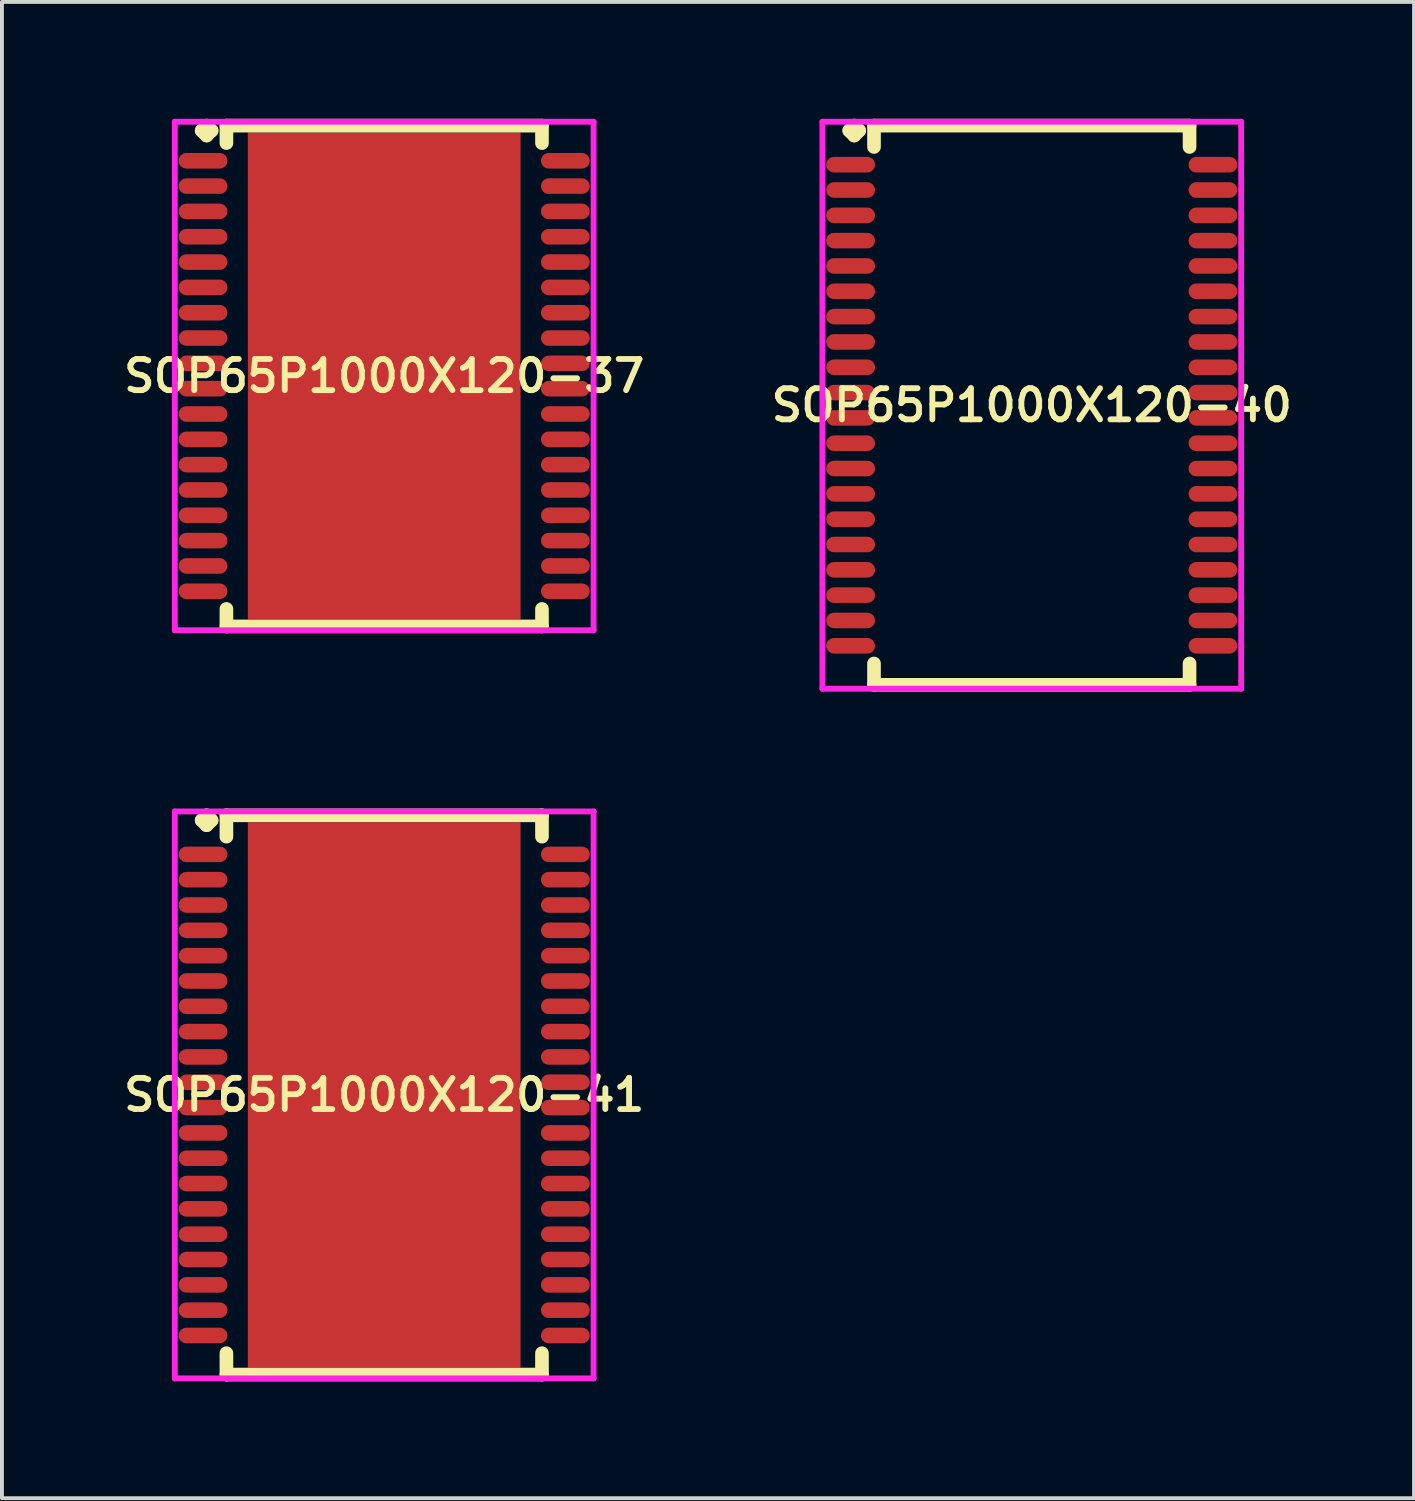
<source format=kicad_pcb>
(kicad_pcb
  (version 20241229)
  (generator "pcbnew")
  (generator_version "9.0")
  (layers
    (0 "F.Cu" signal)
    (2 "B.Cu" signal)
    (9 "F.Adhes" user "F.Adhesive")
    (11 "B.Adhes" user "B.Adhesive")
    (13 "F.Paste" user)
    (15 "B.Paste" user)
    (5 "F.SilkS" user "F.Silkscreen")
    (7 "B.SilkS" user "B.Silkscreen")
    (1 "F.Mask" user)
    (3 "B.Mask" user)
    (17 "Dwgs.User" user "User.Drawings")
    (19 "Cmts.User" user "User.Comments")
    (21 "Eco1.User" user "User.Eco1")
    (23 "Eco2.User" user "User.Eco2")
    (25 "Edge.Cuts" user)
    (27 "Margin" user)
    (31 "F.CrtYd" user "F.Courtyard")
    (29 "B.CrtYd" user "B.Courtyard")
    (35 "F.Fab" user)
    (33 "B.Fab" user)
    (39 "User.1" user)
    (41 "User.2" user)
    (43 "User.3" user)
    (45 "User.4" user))
  (footprint "SOP65P1000X120-37"
    (layer "F.Cu")
    (at 6.812 6.602)
    (property "Reference" "SOP65P1000X120-37" (at 0 0 0) (layer "F.SilkS") (effects (font (size 0.8 0.8) (thickness 0.15))))
    (attr smd)
    (fp_line (start -4.685 -6.3) (end -4.558 -6.427) (stroke (width 0.35) (type solid)) (layer "F.SilkS"))
    (fp_line (start -4.558 -6.427) (end -4.431 -6.3) (stroke (width 0.35) (type solid)) (layer "F.SilkS"))
    (fp_line (start -4.558 -6.173) (end -4.685 -6.3) (stroke (width 0.35) (type solid)) (layer "F.SilkS"))
    (fp_line (start -4.431 -6.3) (end -4.558 -6.173) (stroke (width 0.35) (type solid)) (layer "F.SilkS"))
    (fp_line (start -4.05 -6.427) (end 4.05 -6.427) (stroke (width 0.35) (type solid)) (layer "F.SilkS"))
    (fp_line (start -4.05 -5.979) (end -4.05 -6.427) (stroke (width 0.35) (type solid)) (layer "F.SilkS"))
    (fp_line (start -4.05 5.979) (end -4.05 6.427) (stroke (width 0.35) (type solid)) (layer "F.SilkS"))
    (fp_line (start -4.05 6.427) (end 4.05 6.427) (stroke (width 0.35) (type solid)) (layer "F.SilkS"))
    (fp_line (start 4.05 -6.427) (end 4.05 -5.979) (stroke (width 0.35) (type solid)) (layer "F.SilkS"))
    (fp_line (start 4.05 6.427) (end 4.05 5.979) (stroke (width 0.35) (type solid)) (layer "F.SilkS"))
    (fp_line (start -5.375 -6.527) (end 5.375 -6.527) (stroke (width 0.15) (type solid)) (layer "F.CrtYd"))
    (fp_line (start -5.375 6.527) (end -5.375 -6.527) (stroke (width 0.15) (type solid)) (layer "F.CrtYd"))
    (fp_line (start 5.375 -6.527) (end 5.375 6.527) (stroke (width 0.15) (type solid)) (layer "F.CrtYd"))
    (fp_line (start 5.375 6.527) (end -5.375 6.527) (stroke (width 0.15) (type solid)) (layer "F.CrtYd"))
    (pad "1" smd oval (at -4.65 -5.525) (size 1.25 0.4) (layers "F.Cu" "F.Mask" "F.Paste"))
    (pad "2" smd oval (at -4.65 -4.875) (size 1.25 0.4) (layers "F.Cu" "F.Mask" "F.Paste"))
    (pad "3" smd oval (at -4.65 -4.225) (size 1.25 0.4) (layers "F.Cu" "F.Mask" "F.Paste"))
    (pad "4" smd oval (at -4.65 -3.575) (size 1.25 0.4) (layers "F.Cu" "F.Mask" "F.Paste"))
    (pad "5" smd oval (at -4.65 -2.925) (size 1.25 0.4) (layers "F.Cu" "F.Mask" "F.Paste"))
    (pad "6" smd oval (at -4.65 -2.275) (size 1.25 0.4) (layers "F.Cu" "F.Mask" "F.Paste"))
    (pad "7" smd oval (at -4.65 -1.625) (size 1.25 0.4) (layers "F.Cu" "F.Mask" "F.Paste"))
    (pad "8" smd oval (at -4.65 -0.975) (size 1.25 0.4) (layers "F.Cu" "F.Mask" "F.Paste"))
    (pad "9" smd oval (at -4.65 -0.325) (size 1.25 0.4) (layers "F.Cu" "F.Mask" "F.Paste"))
    (pad "10" smd oval (at -4.65 0.325) (size 1.25 0.4) (layers "F.Cu" "F.Mask" "F.Paste"))
    (pad "11" smd oval (at -4.65 0.975) (size 1.25 0.4) (layers "F.Cu" "F.Mask" "F.Paste"))
    (pad "12" smd oval (at -4.65 1.625) (size 1.25 0.4) (layers "F.Cu" "F.Mask" "F.Paste"))
    (pad "13" smd oval (at -4.65 2.275) (size 1.25 0.4) (layers "F.Cu" "F.Mask" "F.Paste"))
    (pad "14" smd oval (at -4.65 2.925) (size 1.25 0.4) (layers "F.Cu" "F.Mask" "F.Paste"))
    (pad "15" smd oval (at -4.65 3.575) (size 1.25 0.4) (layers "F.Cu" "F.Mask" "F.Paste"))
    (pad "16" smd oval (at -4.65 4.225) (size 1.25 0.4) (layers "F.Cu" "F.Mask" "F.Paste"))
    (pad "17" smd oval (at -4.65 4.875) (size 1.25 0.4) (layers "F.Cu" "F.Mask" "F.Paste"))
    (pad "18" smd oval (at -4.65 5.525) (size 1.25 0.4) (layers "F.Cu" "F.Mask" "F.Paste"))
    (pad "19" smd oval (at 4.65 5.525) (size 1.25 0.4) (layers "F.Cu" "F.Mask" "F.Paste"))
    (pad "20" smd oval (at 4.65 4.875) (size 1.25 0.4) (layers "F.Cu" "F.Mask" "F.Paste"))
    (pad "21" smd oval (at 4.65 4.225) (size 1.25 0.4) (layers "F.Cu" "F.Mask" "F.Paste"))
    (pad "22" smd oval (at 4.65 3.575) (size 1.25 0.4) (layers "F.Cu" "F.Mask" "F.Paste"))
    (pad "23" smd oval (at 4.65 2.925) (size 1.25 0.4) (layers "F.Cu" "F.Mask" "F.Paste"))
    (pad "24" smd oval (at 4.65 2.275) (size 1.25 0.4) (layers "F.Cu" "F.Mask" "F.Paste"))
    (pad "25" smd oval (at 4.65 1.625) (size 1.25 0.4) (layers "F.Cu" "F.Mask" "F.Paste"))
    (pad "26" smd oval (at 4.65 0.975) (size 1.25 0.4) (layers "F.Cu" "F.Mask" "F.Paste"))
    (pad "27" smd oval (at 4.65 0.325) (size 1.25 0.4) (layers "F.Cu" "F.Mask" "F.Paste"))
    (pad "28" smd oval (at 4.65 -0.325) (size 1.25 0.4) (layers "F.Cu" "F.Mask" "F.Paste"))
    (pad "29" smd oval (at 4.65 -0.975) (size 1.25 0.4) (layers "F.Cu" "F.Mask" "F.Paste"))
    (pad "30" smd oval (at 4.65 -1.625) (size 1.25 0.4) (layers "F.Cu" "F.Mask" "F.Paste"))
    (pad "31" smd oval (at 4.65 -2.275) (size 1.25 0.4) (layers "F.Cu" "F.Mask" "F.Paste"))
    (pad "32" smd oval (at 4.65 -2.925) (size 1.25 0.4) (layers "F.Cu" "F.Mask" "F.Paste"))
    (pad "33" smd oval (at 4.65 -3.575) (size 1.25 0.4) (layers "F.Cu" "F.Mask" "F.Paste"))
    (pad "34" smd oval (at 4.65 -4.225) (size 1.25 0.4) (layers "F.Cu" "F.Mask" "F.Paste"))
    (pad "35" smd oval (at 4.65 -4.875) (size 1.25 0.4) (layers "F.Cu" "F.Mask" "F.Paste"))
    (pad "36" smd oval (at 4.65 -5.525) (size 1.25 0.4) (layers "F.Cu" "F.Mask" "F.Paste"))
    (pad "37" smd rect (at 0 0) (size 7 12.5) (layers "F.Cu" "F.Mask" "F.Paste")))
  (footprint "SOP65P1000X120-40"
    (layer "F.Cu")
    (at 23.435 7.352)
    (property "Reference" "SOP65P1000X120-40" (at 0 0 0) (layer "F.SilkS") (effects (font (size 0.8 0.8) (thickness 0.15))))
    (attr smd)
    (fp_line (start -4.685 -7.05) (end -4.558 -7.177) (stroke (width 0.35) (type solid)) (layer "F.SilkS"))
    (fp_line (start -4.558 -7.177) (end -4.431 -7.05) (stroke (width 0.35) (type solid)) (layer "F.SilkS"))
    (fp_line (start -4.558 -6.923) (end -4.685 -7.05) (stroke (width 0.35) (type solid)) (layer "F.SilkS"))
    (fp_line (start -4.431 -7.05) (end -4.558 -6.923) (stroke (width 0.35) (type solid)) (layer "F.SilkS"))
    (fp_line (start -4.05 -7.177) (end 4.05 -7.177) (stroke (width 0.35) (type solid)) (layer "F.SilkS"))
    (fp_line (start -4.05 -6.629) (end -4.05 -7.177) (stroke (width 0.35) (type solid)) (layer "F.SilkS"))
    (fp_line (start -4.05 6.629) (end -4.05 7.177) (stroke (width 0.35) (type solid)) (layer "F.SilkS"))
    (fp_line (start -4.05 7.177) (end 4.05 7.177) (stroke (width 0.35) (type solid)) (layer "F.SilkS"))
    (fp_line (start 4.05 -7.177) (end 4.05 -6.629) (stroke (width 0.35) (type solid)) (layer "F.SilkS"))
    (fp_line (start 4.05 7.177) (end 4.05 6.629) (stroke (width 0.35) (type solid)) (layer "F.SilkS"))
    (fp_line (start -5.375 -7.277) (end 5.375 -7.277) (stroke (width 0.15) (type solid)) (layer "F.CrtYd"))
    (fp_line (start -5.375 7.277) (end -5.375 -7.277) (stroke (width 0.15) (type solid)) (layer "F.CrtYd"))
    (fp_line (start 5.375 -7.277) (end 5.375 7.277) (stroke (width 0.15) (type solid)) (layer "F.CrtYd"))
    (fp_line (start 5.375 7.277) (end -5.375 7.277) (stroke (width 0.15) (type solid)) (layer "F.CrtYd"))
    (pad "1" smd oval (at -4.65 -6.175) (size 1.25 0.4) (layers "F.Cu" "F.Mask" "F.Paste"))
    (pad "2" smd oval (at -4.65 -5.525) (size 1.25 0.4) (layers "F.Cu" "F.Mask" "F.Paste"))
    (pad "3" smd oval (at -4.65 -4.875) (size 1.25 0.4) (layers "F.Cu" "F.Mask" "F.Paste"))
    (pad "4" smd oval (at -4.65 -4.225) (size 1.25 0.4) (layers "F.Cu" "F.Mask" "F.Paste"))
    (pad "5" smd oval (at -4.65 -3.575) (size 1.25 0.4) (layers "F.Cu" "F.Mask" "F.Paste"))
    (pad "6" smd oval (at -4.65 -2.925) (size 1.25 0.4) (layers "F.Cu" "F.Mask" "F.Paste"))
    (pad "7" smd oval (at -4.65 -2.275) (size 1.25 0.4) (layers "F.Cu" "F.Mask" "F.Paste"))
    (pad "8" smd oval (at -4.65 -1.625) (size 1.25 0.4) (layers "F.Cu" "F.Mask" "F.Paste"))
    (pad "9" smd oval (at -4.65 -0.975) (size 1.25 0.4) (layers "F.Cu" "F.Mask" "F.Paste"))
    (pad "10" smd oval (at -4.65 -0.325) (size 1.25 0.4) (layers "F.Cu" "F.Mask" "F.Paste"))
    (pad "11" smd oval (at -4.65 0.325) (size 1.25 0.4) (layers "F.Cu" "F.Mask" "F.Paste"))
    (pad "12" smd oval (at -4.65 0.975) (size 1.25 0.4) (layers "F.Cu" "F.Mask" "F.Paste"))
    (pad "13" smd oval (at -4.65 1.625) (size 1.25 0.4) (layers "F.Cu" "F.Mask" "F.Paste"))
    (pad "14" smd oval (at -4.65 2.275) (size 1.25 0.4) (layers "F.Cu" "F.Mask" "F.Paste"))
    (pad "15" smd oval (at -4.65 2.925) (size 1.25 0.4) (layers "F.Cu" "F.Mask" "F.Paste"))
    (pad "16" smd oval (at -4.65 3.575) (size 1.25 0.4) (layers "F.Cu" "F.Mask" "F.Paste"))
    (pad "17" smd oval (at -4.65 4.225) (size 1.25 0.4) (layers "F.Cu" "F.Mask" "F.Paste"))
    (pad "18" smd oval (at -4.65 4.875) (size 1.25 0.4) (layers "F.Cu" "F.Mask" "F.Paste"))
    (pad "19" smd oval (at -4.65 5.525) (size 1.25 0.4) (layers "F.Cu" "F.Mask" "F.Paste"))
    (pad "20" smd oval (at -4.65 6.175) (size 1.25 0.4) (layers "F.Cu" "F.Mask" "F.Paste"))
    (pad "21" smd oval (at 4.65 6.175) (size 1.25 0.4) (layers "F.Cu" "F.Mask" "F.Paste"))
    (pad "22" smd oval (at 4.65 5.525) (size 1.25 0.4) (layers "F.Cu" "F.Mask" "F.Paste"))
    (pad "23" smd oval (at 4.65 4.875) (size 1.25 0.4) (layers "F.Cu" "F.Mask" "F.Paste"))
    (pad "24" smd oval (at 4.65 4.225) (size 1.25 0.4) (layers "F.Cu" "F.Mask" "F.Paste"))
    (pad "25" smd oval (at 4.65 3.575) (size 1.25 0.4) (layers "F.Cu" "F.Mask" "F.Paste"))
    (pad "26" smd oval (at 4.65 2.925) (size 1.25 0.4) (layers "F.Cu" "F.Mask" "F.Paste"))
    (pad "27" smd oval (at 4.65 2.275) (size 1.25 0.4) (layers "F.Cu" "F.Mask" "F.Paste"))
    (pad "28" smd oval (at 4.65 1.625) (size 1.25 0.4) (layers "F.Cu" "F.Mask" "F.Paste"))
    (pad "29" smd oval (at 4.65 0.975) (size 1.25 0.4) (layers "F.Cu" "F.Mask" "F.Paste"))
    (pad "30" smd oval (at 4.65 0.325) (size 1.25 0.4) (layers "F.Cu" "F.Mask" "F.Paste"))
    (pad "31" smd oval (at 4.65 -0.325) (size 1.25 0.4) (layers "F.Cu" "F.Mask" "F.Paste"))
    (pad "32" smd oval (at 4.65 -0.975) (size 1.25 0.4) (layers "F.Cu" "F.Mask" "F.Paste"))
    (pad "33" smd oval (at 4.65 -1.625) (size 1.25 0.4) (layers "F.Cu" "F.Mask" "F.Paste"))
    (pad "34" smd oval (at 4.65 -2.275) (size 1.25 0.4) (layers "F.Cu" "F.Mask" "F.Paste"))
    (pad "35" smd oval (at 4.65 -2.925) (size 1.25 0.4) (layers "F.Cu" "F.Mask" "F.Paste"))
    (pad "36" smd oval (at 4.65 -3.575) (size 1.25 0.4) (layers "F.Cu" "F.Mask" "F.Paste"))
    (pad "37" smd oval (at 4.65 -4.225) (size 1.25 0.4) (layers "F.Cu" "F.Mask" "F.Paste"))
    (pad "38" smd oval (at 4.65 -4.875) (size 1.25 0.4) (layers "F.Cu" "F.Mask" "F.Paste"))
    (pad "39" smd oval (at 4.65 -5.525) (size 1.25 0.4) (layers "F.Cu" "F.Mask" "F.Paste"))
    (pad "40" smd oval (at 4.65 -6.175) (size 1.25 0.4) (layers "F.Cu" "F.Mask" "F.Paste")))
  (footprint "SOP65P1000X120-41"
    (layer "F.Cu")
    (at 6.812 25.056)
    (property "Reference" "SOP65P1000X120-41" (at 0 0 0) (layer "F.SilkS") (effects (font (size 0.8 0.8) (thickness 0.15))))
    (attr smd)
    (fp_line (start -4.685 -7.05) (end -4.558 -7.177) (stroke (width 0.35) (type solid)) (layer "F.SilkS"))
    (fp_line (start -4.558 -7.177) (end -4.431 -7.05) (stroke (width 0.35) (type solid)) (layer "F.SilkS"))
    (fp_line (start -4.558 -6.923) (end -4.685 -7.05) (stroke (width 0.35) (type solid)) (layer "F.SilkS"))
    (fp_line (start -4.431 -7.05) (end -4.558 -6.923) (stroke (width 0.35) (type solid)) (layer "F.SilkS"))
    (fp_line (start -4.05 -7.177) (end 4.05 -7.177) (stroke (width 0.35) (type solid)) (layer "F.SilkS"))
    (fp_line (start -4.05 -6.629) (end -4.05 -7.177) (stroke (width 0.35) (type solid)) (layer "F.SilkS"))
    (fp_line (start -4.05 6.629) (end -4.05 7.177) (stroke (width 0.35) (type solid)) (layer "F.SilkS"))
    (fp_line (start -4.05 7.177) (end 4.05 7.177) (stroke (width 0.35) (type solid)) (layer "F.SilkS"))
    (fp_line (start 4.05 -7.177) (end 4.05 -6.629) (stroke (width 0.35) (type solid)) (layer "F.SilkS"))
    (fp_line (start 4.05 7.177) (end 4.05 6.629) (stroke (width 0.35) (type solid)) (layer "F.SilkS"))
    (fp_line (start -5.375 -7.277) (end 5.375 -7.277) (stroke (width 0.15) (type solid)) (layer "F.CrtYd"))
    (fp_line (start -5.375 7.277) (end -5.375 -7.277) (stroke (width 0.15) (type solid)) (layer "F.CrtYd"))
    (fp_line (start 5.375 -7.277) (end 5.375 7.277) (stroke (width 0.15) (type solid)) (layer "F.CrtYd"))
    (fp_line (start 5.375 7.277) (end -5.375 7.277) (stroke (width 0.15) (type solid)) (layer "F.CrtYd"))
    (pad "1" smd oval (at -4.65 -6.175) (size 1.25 0.4) (layers "F.Cu" "F.Mask" "F.Paste"))
    (pad "2" smd oval (at -4.65 -5.525) (size 1.25 0.4) (layers "F.Cu" "F.Mask" "F.Paste"))
    (pad "3" smd oval (at -4.65 -4.875) (size 1.25 0.4) (layers "F.Cu" "F.Mask" "F.Paste"))
    (pad "4" smd oval (at -4.65 -4.225) (size 1.25 0.4) (layers "F.Cu" "F.Mask" "F.Paste"))
    (pad "5" smd oval (at -4.65 -3.575) (size 1.25 0.4) (layers "F.Cu" "F.Mask" "F.Paste"))
    (pad "6" smd oval (at -4.65 -2.925) (size 1.25 0.4) (layers "F.Cu" "F.Mask" "F.Paste"))
    (pad "7" smd oval (at -4.65 -2.275) (size 1.25 0.4) (layers "F.Cu" "F.Mask" "F.Paste"))
    (pad "8" smd oval (at -4.65 -1.625) (size 1.25 0.4) (layers "F.Cu" "F.Mask" "F.Paste"))
    (pad "9" smd oval (at -4.65 -0.975) (size 1.25 0.4) (layers "F.Cu" "F.Mask" "F.Paste"))
    (pad "10" smd oval (at -4.65 -0.325) (size 1.25 0.4) (layers "F.Cu" "F.Mask" "F.Paste"))
    (pad "11" smd oval (at -4.65 0.325) (size 1.25 0.4) (layers "F.Cu" "F.Mask" "F.Paste"))
    (pad "12" smd oval (at -4.65 0.975) (size 1.25 0.4) (layers "F.Cu" "F.Mask" "F.Paste"))
    (pad "13" smd oval (at -4.65 1.625) (size 1.25 0.4) (layers "F.Cu" "F.Mask" "F.Paste"))
    (pad "14" smd oval (at -4.65 2.275) (size 1.25 0.4) (layers "F.Cu" "F.Mask" "F.Paste"))
    (pad "15" smd oval (at -4.65 2.925) (size 1.25 0.4) (layers "F.Cu" "F.Mask" "F.Paste"))
    (pad "16" smd oval (at -4.65 3.575) (size 1.25 0.4) (layers "F.Cu" "F.Mask" "F.Paste"))
    (pad "17" smd oval (at -4.65 4.225) (size 1.25 0.4) (layers "F.Cu" "F.Mask" "F.Paste"))
    (pad "18" smd oval (at -4.65 4.875) (size 1.25 0.4) (layers "F.Cu" "F.Mask" "F.Paste"))
    (pad "19" smd oval (at -4.65 5.525) (size 1.25 0.4) (layers "F.Cu" "F.Mask" "F.Paste"))
    (pad "20" smd oval (at -4.65 6.175) (size 1.25 0.4) (layers "F.Cu" "F.Mask" "F.Paste"))
    (pad "21" smd oval (at 4.65 6.175) (size 1.25 0.4) (layers "F.Cu" "F.Mask" "F.Paste"))
    (pad "22" smd oval (at 4.65 5.525) (size 1.25 0.4) (layers "F.Cu" "F.Mask" "F.Paste"))
    (pad "23" smd oval (at 4.65 4.875) (size 1.25 0.4) (layers "F.Cu" "F.Mask" "F.Paste"))
    (pad "24" smd oval (at 4.65 4.225) (size 1.25 0.4) (layers "F.Cu" "F.Mask" "F.Paste"))
    (pad "25" smd oval (at 4.65 3.575) (size 1.25 0.4) (layers "F.Cu" "F.Mask" "F.Paste"))
    (pad "26" smd oval (at 4.65 2.925) (size 1.25 0.4) (layers "F.Cu" "F.Mask" "F.Paste"))
    (pad "27" smd oval (at 4.65 2.275) (size 1.25 0.4) (layers "F.Cu" "F.Mask" "F.Paste"))
    (pad "28" smd oval (at 4.65 1.625) (size 1.25 0.4) (layers "F.Cu" "F.Mask" "F.Paste"))
    (pad "29" smd oval (at 4.65 0.975) (size 1.25 0.4) (layers "F.Cu" "F.Mask" "F.Paste"))
    (pad "30" smd oval (at 4.65 0.325) (size 1.25 0.4) (layers "F.Cu" "F.Mask" "F.Paste"))
    (pad "31" smd oval (at 4.65 -0.325) (size 1.25 0.4) (layers "F.Cu" "F.Mask" "F.Paste"))
    (pad "32" smd oval (at 4.65 -0.975) (size 1.25 0.4) (layers "F.Cu" "F.Mask" "F.Paste"))
    (pad "33" smd oval (at 4.65 -1.625) (size 1.25 0.4) (layers "F.Cu" "F.Mask" "F.Paste"))
    (pad "34" smd oval (at 4.65 -2.275) (size 1.25 0.4) (layers "F.Cu" "F.Mask" "F.Paste"))
    (pad "35" smd oval (at 4.65 -2.925) (size 1.25 0.4) (layers "F.Cu" "F.Mask" "F.Paste"))
    (pad "36" smd oval (at 4.65 -3.575) (size 1.25 0.4) (layers "F.Cu" "F.Mask" "F.Paste"))
    (pad "37" smd oval (at 4.65 -4.225) (size 1.25 0.4) (layers "F.Cu" "F.Mask" "F.Paste"))
    (pad "38" smd oval (at 4.65 -4.875) (size 1.25 0.4) (layers "F.Cu" "F.Mask" "F.Paste"))
    (pad "39" smd oval (at 4.65 -5.525) (size 1.25 0.4) (layers "F.Cu" "F.Mask" "F.Paste"))
    (pad "40" smd oval (at 4.65 -6.175) (size 1.25 0.4) (layers "F.Cu" "F.Mask" "F.Paste"))
    (pad "41" smd rect (at 0 0) (size 7 14) (layers "F.Cu" "F.Mask" "F.Paste")))
  (gr_rect
    (start -3 -3)
    (end 33.247 35.408)
    (stroke (width 0.1) (type default))
    (fill no)
    (layer "Edge.Cuts")))
</source>
